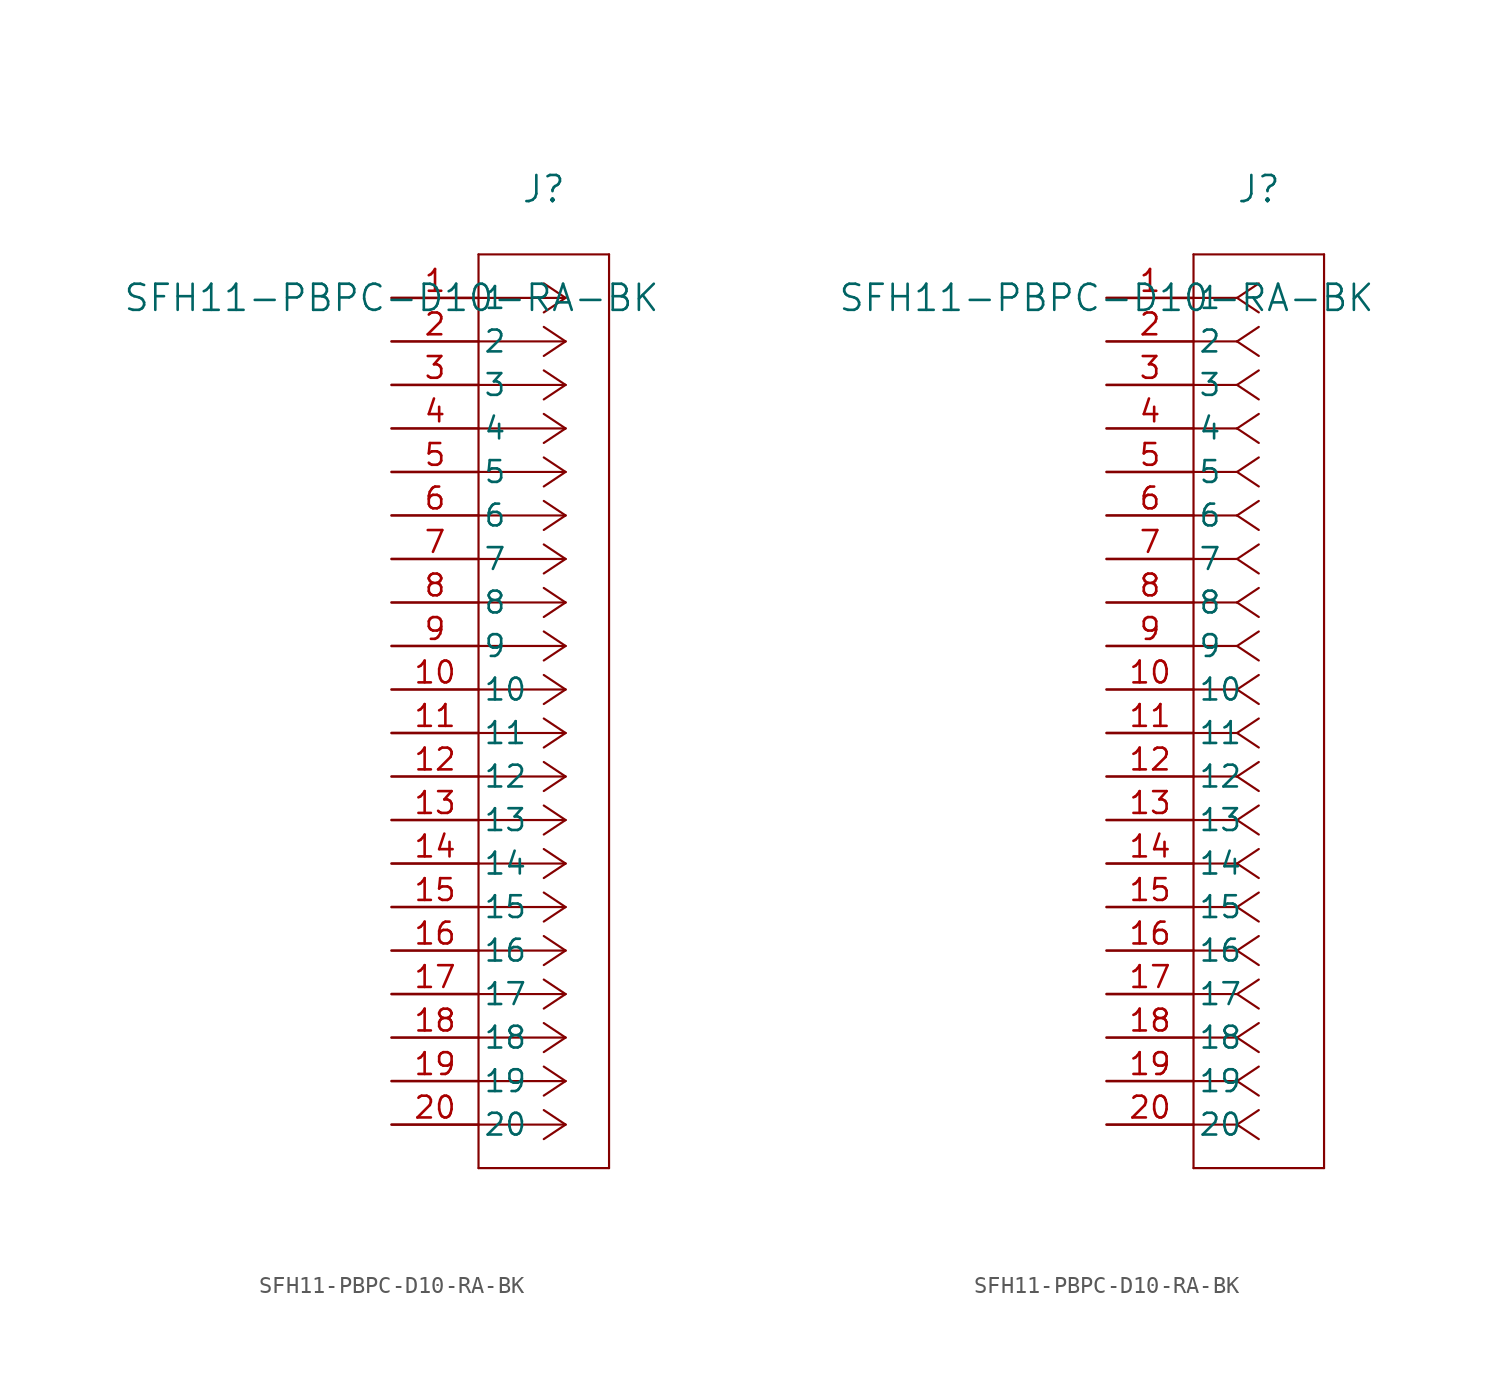
<source format=kicad_sym>
(kicad_symbol_lib
  (version 20211014)
  (generator kicad_symbol_editor)
  (symbol "SFH11-PBPC-D10-RA-BK"
    (pin_names
      (offset 0.254))
    (property "Reference" "J"
      (at 8.89 6.35 0)
      (effects (font (size 1.524 1.524))))
    (property "Value" "SFH11-PBPC-D10-RA-BK"
      (at 0 0 0)
      (effects (font (size 1.524 1.524))))
    (symbol "SFH11-PBPC-D10-RA-BK_1_1"
      (polyline (pts (xy 10.16 0) (xy 5.08 0)) (stroke (width 0.127) (type default) (color 0 0 0 0)) (fill (type none)))
      (polyline (pts (xy 10.16 -2.54) (xy 5.08 -2.54)) (stroke (width 0.127) (type default) (color 0 0 0 0)) (fill (type none)))
      (polyline (pts (xy 10.16 -5.08) (xy 5.08 -5.08)) (stroke (width 0.127) (type default) (color 0 0 0 0)) (fill (type none)))
      (polyline (pts (xy 10.16 -7.62) (xy 5.08 -7.62)) (stroke (width 0.127) (type default) (color 0 0 0 0)) (fill (type none)))
      (polyline (pts (xy 10.16 -10.16) (xy 5.08 -10.16)) (stroke (width 0.127) (type default) (color 0 0 0 0)) (fill (type none)))
      (polyline (pts (xy 10.16 -12.7) (xy 5.08 -12.7)) (stroke (width 0.127) (type default) (color 0 0 0 0)) (fill (type none)))
      (polyline (pts (xy 10.16 -15.24) (xy 5.08 -15.24)) (stroke (width 0.127) (type default) (color 0 0 0 0)) (fill (type none)))
      (polyline (pts (xy 10.16 -17.78) (xy 5.08 -17.78)) (stroke (width 0.127) (type default) (color 0 0 0 0)) (fill (type none)))
      (polyline (pts (xy 10.16 -20.32) (xy 5.08 -20.32)) (stroke (width 0.127) (type default) (color 0 0 0 0)) (fill (type none)))
      (polyline (pts (xy 10.16 -22.86) (xy 5.08 -22.86)) (stroke (width 0.127) (type default) (color 0 0 0 0)) (fill (type none)))
      (polyline (pts (xy 10.16 -25.4) (xy 5.08 -25.4)) (stroke (width 0.127) (type default) (color 0 0 0 0)) (fill (type none)))
      (polyline (pts (xy 10.16 -27.94) (xy 5.08 -27.94)) (stroke (width 0.127) (type default) (color 0 0 0 0)) (fill (type none)))
      (polyline (pts (xy 10.16 -30.48) (xy 5.08 -30.48)) (stroke (width 0.127) (type default) (color 0 0 0 0)) (fill (type none)))
      (polyline (pts (xy 10.16 -33.02) (xy 5.08 -33.02)) (stroke (width 0.127) (type default) (color 0 0 0 0)) (fill (type none)))
      (polyline (pts (xy 10.16 -35.56) (xy 5.08 -35.56)) (stroke (width 0.127) (type default) (color 0 0 0 0)) (fill (type none)))
      (polyline (pts (xy 10.16 -38.1) (xy 5.08 -38.1)) (stroke (width 0.127) (type default) (color 0 0 0 0)) (fill (type none)))
      (polyline (pts (xy 10.16 -40.64) (xy 5.08 -40.64)) (stroke (width 0.127) (type default) (color 0 0 0 0)) (fill (type none)))
      (polyline (pts (xy 10.16 -43.18) (xy 5.08 -43.18)) (stroke (width 0.127) (type default) (color 0 0 0 0)) (fill (type none)))
      (polyline (pts (xy 10.16 -45.72) (xy 5.08 -45.72)) (stroke (width 0.127) (type default) (color 0 0 0 0)) (fill (type none)))
      (polyline (pts (xy 10.16 -48.26) (xy 5.08 -48.26)) (stroke (width 0.127) (type default) (color 0 0 0 0)) (fill (type none)))
      (polyline (pts (xy 10.16 0) (xy 8.89 0.847)) (stroke (width 0.127) (type default) (color 0 0 0 0)) (fill (type none)))
      (polyline (pts (xy 10.16 -2.54) (xy 8.89 -1.693)) (stroke (width 0.127) (type default) (color 0 0 0 0)) (fill (type none)))
      (polyline (pts (xy 10.16 -5.08) (xy 8.89 -4.233)) (stroke (width 0.127) (type default) (color 0 0 0 0)) (fill (type none)))
      (polyline (pts (xy 10.16 -7.62) (xy 8.89 -6.773)) (stroke (width 0.127) (type default) (color 0 0 0 0)) (fill (type none)))
      (polyline (pts (xy 10.16 -10.16) (xy 8.89 -9.313)) (stroke (width 0.127) (type default) (color 0 0 0 0)) (fill (type none)))
      (polyline (pts (xy 10.16 -12.7) (xy 8.89 -11.853)) (stroke (width 0.127) (type default) (color 0 0 0 0)) (fill (type none)))
      (polyline (pts (xy 10.16 -15.24) (xy 8.89 -14.393)) (stroke (width 0.127) (type default) (color 0 0 0 0)) (fill (type none)))
      (polyline (pts (xy 10.16 -17.78) (xy 8.89 -16.933)) (stroke (width 0.127) (type default) (color 0 0 0 0)) (fill (type none)))
      (polyline (pts (xy 10.16 -20.32) (xy 8.89 -19.473)) (stroke (width 0.127) (type default) (color 0 0 0 0)) (fill (type none)))
      (polyline (pts (xy 10.16 -22.86) (xy 8.89 -22.013)) (stroke (width 0.127) (type default) (color 0 0 0 0)) (fill (type none)))
      (polyline (pts (xy 10.16 -25.4) (xy 8.89 -24.553)) (stroke (width 0.127) (type default) (color 0 0 0 0)) (fill (type none)))
      (polyline (pts (xy 10.16 -27.94) (xy 8.89 -27.093)) (stroke (width 0.127) (type default) (color 0 0 0 0)) (fill (type none)))
      (polyline (pts (xy 10.16 -30.48) (xy 8.89 -29.633)) (stroke (width 0.127) (type default) (color 0 0 0 0)) (fill (type none)))
      (polyline (pts (xy 10.16 -33.02) (xy 8.89 -32.173)) (stroke (width 0.127) (type default) (color 0 0 0 0)) (fill (type none)))
      (polyline (pts (xy 10.16 -35.56) (xy 8.89 -34.713)) (stroke (width 0.127) (type default) (color 0 0 0 0)) (fill (type none)))
      (polyline (pts (xy 10.16 -38.1) (xy 8.89 -37.253)) (stroke (width 0.127) (type default) (color 0 0 0 0)) (fill (type none)))
      (polyline (pts (xy 10.16 -40.64) (xy 8.89 -39.793)) (stroke (width 0.127) (type default) (color 0 0 0 0)) (fill (type none)))
      (polyline (pts (xy 10.16 -43.18) (xy 8.89 -42.333)) (stroke (width 0.127) (type default) (color 0 0 0 0)) (fill (type none)))
      (polyline (pts (xy 10.16 -45.72) (xy 8.89 -44.873)) (stroke (width 0.127) (type default) (color 0 0 0 0)) (fill (type none)))
      (polyline (pts (xy 10.16 -48.26) (xy 8.89 -47.413)) (stroke (width 0.127) (type default) (color 0 0 0 0)) (fill (type none)))
      (polyline (pts (xy 10.16 0) (xy 8.89 -0.847)) (stroke (width 0.127) (type default) (color 0 0 0 0)) (fill (type none)))
      (polyline (pts (xy 10.16 -2.54) (xy 8.89 -3.387)) (stroke (width 0.127) (type default) (color 0 0 0 0)) (fill (type none)))
      (polyline (pts (xy 10.16 -5.08) (xy 8.89 -5.927)) (stroke (width 0.127) (type default) (color 0 0 0 0)) (fill (type none)))
      (polyline (pts (xy 10.16 -7.62) (xy 8.89 -8.467)) (stroke (width 0.127) (type default) (color 0 0 0 0)) (fill (type none)))
      (polyline (pts (xy 10.16 -10.16) (xy 8.89 -11.007)) (stroke (width 0.127) (type default) (color 0 0 0 0)) (fill (type none)))
      (polyline (pts (xy 10.16 -12.7) (xy 8.89 -13.547)) (stroke (width 0.127) (type default) (color 0 0 0 0)) (fill (type none)))
      (polyline (pts (xy 10.16 -15.24) (xy 8.89 -16.087)) (stroke (width 0.127) (type default) (color 0 0 0 0)) (fill (type none)))
      (polyline (pts (xy 10.16 -17.78) (xy 8.89 -18.627)) (stroke (width 0.127) (type default) (color 0 0 0 0)) (fill (type none)))
      (polyline (pts (xy 10.16 -20.32) (xy 8.89 -21.167)) (stroke (width 0.127) (type default) (color 0 0 0 0)) (fill (type none)))
      (polyline (pts (xy 10.16 -22.86) (xy 8.89 -23.707)) (stroke (width 0.127) (type default) (color 0 0 0 0)) (fill (type none)))
      (polyline (pts (xy 10.16 -25.4) (xy 8.89 -26.247)) (stroke (width 0.127) (type default) (color 0 0 0 0)) (fill (type none)))
      (polyline (pts (xy 10.16 -27.94) (xy 8.89 -28.787)) (stroke (width 0.127) (type default) (color 0 0 0 0)) (fill (type none)))
      (polyline (pts (xy 10.16 -30.48) (xy 8.89 -31.327)) (stroke (width 0.127) (type default) (color 0 0 0 0)) (fill (type none)))
      (polyline (pts (xy 10.16 -33.02) (xy 8.89 -33.867)) (stroke (width 0.127) (type default) (color 0 0 0 0)) (fill (type none)))
      (polyline (pts (xy 10.16 -35.56) (xy 8.89 -36.407)) (stroke (width 0.127) (type default) (color 0 0 0 0)) (fill (type none)))
      (polyline (pts (xy 10.16 -38.1) (xy 8.89 -38.947)) (stroke (width 0.127) (type default) (color 0 0 0 0)) (fill (type none)))
      (polyline (pts (xy 10.16 -40.64) (xy 8.89 -41.487)) (stroke (width 0.127) (type default) (color 0 0 0 0)) (fill (type none)))
      (polyline (pts (xy 10.16 -43.18) (xy 8.89 -44.027)) (stroke (width 0.127) (type default) (color 0 0 0 0)) (fill (type none)))
      (polyline (pts (xy 10.16 -45.72) (xy 8.89 -46.567)) (stroke (width 0.127) (type default) (color 0 0 0 0)) (fill (type none)))
      (polyline (pts (xy 10.16 -48.26) (xy 8.89 -49.107)) (stroke (width 0.127) (type default) (color 0 0 0 0)) (fill (type none)))
      (polyline (pts (xy 5.08 2.54) (xy 5.08 -50.8)) (stroke (width 0.127) (type default) (color 0 0 0 0)) (fill (type none)))
      (polyline (pts (xy 5.08 -50.8) (xy 12.7 -50.8)) (stroke (width 0.127) (type default) (color 0 0 0 0)) (fill (type none)))
      (polyline (pts (xy 12.7 -50.8) (xy 12.7 2.54)) (stroke (width 0.127) (type default) (color 0 0 0 0)) (fill (type none)))
      (polyline (pts (xy 12.7 2.54) (xy 5.08 2.54)) (stroke (width 0.127) (type default) (color 0 0 0 0)) (fill (type none)))
      (pin unspecified line (at 0 0 0) (length 5.08) (name "1" (effects (font (size 1.27 1.27)))) (number "1" (effects (font (size 1.27 1.27)))))
      (pin unspecified line (at 0 -2.54 0) (length 5.08) (name "2" (effects (font (size 1.27 1.27)))) (number "2" (effects (font (size 1.27 1.27)))))
      (pin unspecified line (at 0 -5.08 0) (length 5.08) (name "3" (effects (font (size 1.27 1.27)))) (number "3" (effects (font (size 1.27 1.27)))))
      (pin unspecified line (at 0 -7.62 0) (length 5.08) (name "4" (effects (font (size 1.27 1.27)))) (number "4" (effects (font (size 1.27 1.27)))))
      (pin unspecified line (at 0 -10.16 0) (length 5.08) (name "5" (effects (font (size 1.27 1.27)))) (number "5" (effects (font (size 1.27 1.27)))))
      (pin unspecified line (at 0 -12.7 0) (length 5.08) (name "6" (effects (font (size 1.27 1.27)))) (number "6" (effects (font (size 1.27 1.27)))))
      (pin unspecified line (at 0 -15.24 0) (length 5.08) (name "7" (effects (font (size 1.27 1.27)))) (number "7" (effects (font (size 1.27 1.27)))))
      (pin unspecified line (at 0 -17.78 0) (length 5.08) (name "8" (effects (font (size 1.27 1.27)))) (number "8" (effects (font (size 1.27 1.27)))))
      (pin unspecified line (at 0 -20.32 0) (length 5.08) (name "9" (effects (font (size 1.27 1.27)))) (number "9" (effects (font (size 1.27 1.27)))))
      (pin unspecified line (at 0 -22.86 0) (length 5.08) (name "10" (effects (font (size 1.27 1.27)))) (number "10" (effects (font (size 1.27 1.27)))))
      (pin unspecified line (at 0 -25.4 0) (length 5.08) (name "11" (effects (font (size 1.27 1.27)))) (number "11" (effects (font (size 1.27 1.27)))))
      (pin unspecified line (at 0 -27.94 0) (length 5.08) (name "12" (effects (font (size 1.27 1.27)))) (number "12" (effects (font (size 1.27 1.27)))))
      (pin unspecified line (at 0 -30.48 0) (length 5.08) (name "13" (effects (font (size 1.27 1.27)))) (number "13" (effects (font (size 1.27 1.27)))))
      (pin unspecified line (at 0 -33.02 0) (length 5.08) (name "14" (effects (font (size 1.27 1.27)))) (number "14" (effects (font (size 1.27 1.27)))))
      (pin unspecified line (at 0 -35.56 0) (length 5.08) (name "15" (effects (font (size 1.27 1.27)))) (number "15" (effects (font (size 1.27 1.27)))))
      (pin unspecified line (at 0 -38.1 0) (length 5.08) (name "16" (effects (font (size 1.27 1.27)))) (number "16" (effects (font (size 1.27 1.27)))))
      (pin unspecified line (at 0 -40.64 0) (length 5.08) (name "17" (effects (font (size 1.27 1.27)))) (number "17" (effects (font (size 1.27 1.27)))))
      (pin unspecified line (at 0 -43.18 0) (length 5.08) (name "18" (effects (font (size 1.27 1.27)))) (number "18" (effects (font (size 1.27 1.27)))))
      (pin unspecified line (at 0 -45.72 0) (length 5.08) (name "19" (effects (font (size 1.27 1.27)))) (number "19" (effects (font (size 1.27 1.27)))))
      (pin unspecified line (at 0 -48.26 0) (length 5.08) (name "20" (effects (font (size 1.27 1.27)))) (number "20" (effects (font (size 1.27 1.27))))))
    (symbol "SFH11-PBPC-D10-RA-BK_1_2"
      (polyline (pts (xy 7.62 0) (xy 5.08 0)) (stroke (width 0.127) (type default) (color 0 0 0 0)) (fill (type none)))
      (polyline (pts (xy 7.62 -2.54) (xy 5.08 -2.54)) (stroke (width 0.127) (type default) (color 0 0 0 0)) (fill (type none)))
      (polyline (pts (xy 7.62 -5.08) (xy 5.08 -5.08)) (stroke (width 0.127) (type default) (color 0 0 0 0)) (fill (type none)))
      (polyline (pts (xy 7.62 -7.62) (xy 5.08 -7.62)) (stroke (width 0.127) (type default) (color 0 0 0 0)) (fill (type none)))
      (polyline (pts (xy 7.62 -10.16) (xy 5.08 -10.16)) (stroke (width 0.127) (type default) (color 0 0 0 0)) (fill (type none)))
      (polyline (pts (xy 7.62 -12.7) (xy 5.08 -12.7)) (stroke (width 0.127) (type default) (color 0 0 0 0)) (fill (type none)))
      (polyline (pts (xy 7.62 -15.24) (xy 5.08 -15.24)) (stroke (width 0.127) (type default) (color 0 0 0 0)) (fill (type none)))
      (polyline (pts (xy 7.62 -17.78) (xy 5.08 -17.78)) (stroke (width 0.127) (type default) (color 0 0 0 0)) (fill (type none)))
      (polyline (pts (xy 7.62 -20.32) (xy 5.08 -20.32)) (stroke (width 0.127) (type default) (color 0 0 0 0)) (fill (type none)))
      (polyline (pts (xy 7.62 -22.86) (xy 5.08 -22.86)) (stroke (width 0.127) (type default) (color 0 0 0 0)) (fill (type none)))
      (polyline (pts (xy 7.62 -25.4) (xy 5.08 -25.4)) (stroke (width 0.127) (type default) (color 0 0 0 0)) (fill (type none)))
      (polyline (pts (xy 7.62 -27.94) (xy 5.08 -27.94)) (stroke (width 0.127) (type default) (color 0 0 0 0)) (fill (type none)))
      (polyline (pts (xy 7.62 -30.48) (xy 5.08 -30.48)) (stroke (width 0.127) (type default) (color 0 0 0 0)) (fill (type none)))
      (polyline (pts (xy 7.62 -33.02) (xy 5.08 -33.02)) (stroke (width 0.127) (type default) (color 0 0 0 0)) (fill (type none)))
      (polyline (pts (xy 7.62 -35.56) (xy 5.08 -35.56)) (stroke (width 0.127) (type default) (color 0 0 0 0)) (fill (type none)))
      (polyline (pts (xy 7.62 -38.1) (xy 5.08 -38.1)) (stroke (width 0.127) (type default) (color 0 0 0 0)) (fill (type none)))
      (polyline (pts (xy 7.62 -40.64) (xy 5.08 -40.64)) (stroke (width 0.127) (type default) (color 0 0 0 0)) (fill (type none)))
      (polyline (pts (xy 7.62 -43.18) (xy 5.08 -43.18)) (stroke (width 0.127) (type default) (color 0 0 0 0)) (fill (type none)))
      (polyline (pts (xy 7.62 -45.72) (xy 5.08 -45.72)) (stroke (width 0.127) (type default) (color 0 0 0 0)) (fill (type none)))
      (polyline (pts (xy 7.62 -48.26) (xy 5.08 -48.26)) (stroke (width 0.127) (type default) (color 0 0 0 0)) (fill (type none)))
      (polyline (pts (xy 7.62 0) (xy 8.89 0.847)) (stroke (width 0.127) (type default) (color 0 0 0 0)) (fill (type none)))
      (polyline (pts (xy 7.62 -2.54) (xy 8.89 -1.693)) (stroke (width 0.127) (type default) (color 0 0 0 0)) (fill (type none)))
      (polyline (pts (xy 7.62 -5.08) (xy 8.89 -4.233)) (stroke (width 0.127) (type default) (color 0 0 0 0)) (fill (type none)))
      (polyline (pts (xy 7.62 -7.62) (xy 8.89 -6.773)) (stroke (width 0.127) (type default) (color 0 0 0 0)) (fill (type none)))
      (polyline (pts (xy 7.62 -10.16) (xy 8.89 -9.313)) (stroke (width 0.127) (type default) (color 0 0 0 0)) (fill (type none)))
      (polyline (pts (xy 7.62 -12.7) (xy 8.89 -11.853)) (stroke (width 0.127) (type default) (color 0 0 0 0)) (fill (type none)))
      (polyline (pts (xy 7.62 -15.24) (xy 8.89 -14.393)) (stroke (width 0.127) (type default) (color 0 0 0 0)) (fill (type none)))
      (polyline (pts (xy 7.62 -17.78) (xy 8.89 -16.933)) (stroke (width 0.127) (type default) (color 0 0 0 0)) (fill (type none)))
      (polyline (pts (xy 7.62 -20.32) (xy 8.89 -19.473)) (stroke (width 0.127) (type default) (color 0 0 0 0)) (fill (type none)))
      (polyline (pts (xy 7.62 -22.86) (xy 8.89 -22.013)) (stroke (width 0.127) (type default) (color 0 0 0 0)) (fill (type none)))
      (polyline (pts (xy 7.62 -25.4) (xy 8.89 -24.553)) (stroke (width 0.127) (type default) (color 0 0 0 0)) (fill (type none)))
      (polyline (pts (xy 7.62 -27.94) (xy 8.89 -27.093)) (stroke (width 0.127) (type default) (color 0 0 0 0)) (fill (type none)))
      (polyline (pts (xy 7.62 -30.48) (xy 8.89 -29.633)) (stroke (width 0.127) (type default) (color 0 0 0 0)) (fill (type none)))
      (polyline (pts (xy 7.62 -33.02) (xy 8.89 -32.173)) (stroke (width 0.127) (type default) (color 0 0 0 0)) (fill (type none)))
      (polyline (pts (xy 7.62 -35.56) (xy 8.89 -34.713)) (stroke (width 0.127) (type default) (color 0 0 0 0)) (fill (type none)))
      (polyline (pts (xy 7.62 -38.1) (xy 8.89 -37.253)) (stroke (width 0.127) (type default) (color 0 0 0 0)) (fill (type none)))
      (polyline (pts (xy 7.62 -40.64) (xy 8.89 -39.793)) (stroke (width 0.127) (type default) (color 0 0 0 0)) (fill (type none)))
      (polyline (pts (xy 7.62 -43.18) (xy 8.89 -42.333)) (stroke (width 0.127) (type default) (color 0 0 0 0)) (fill (type none)))
      (polyline (pts (xy 7.62 -45.72) (xy 8.89 -44.873)) (stroke (width 0.127) (type default) (color 0 0 0 0)) (fill (type none)))
      (polyline (pts (xy 7.62 -48.26) (xy 8.89 -47.413)) (stroke (width 0.127) (type default) (color 0 0 0 0)) (fill (type none)))
      (polyline (pts (xy 7.62 0) (xy 8.89 -0.847)) (stroke (width 0.127) (type default) (color 0 0 0 0)) (fill (type none)))
      (polyline (pts (xy 7.62 -2.54) (xy 8.89 -3.387)) (stroke (width 0.127) (type default) (color 0 0 0 0)) (fill (type none)))
      (polyline (pts (xy 7.62 -5.08) (xy 8.89 -5.927)) (stroke (width 0.127) (type default) (color 0 0 0 0)) (fill (type none)))
      (polyline (pts (xy 7.62 -7.62) (xy 8.89 -8.467)) (stroke (width 0.127) (type default) (color 0 0 0 0)) (fill (type none)))
      (polyline (pts (xy 7.62 -10.16) (xy 8.89 -11.007)) (stroke (width 0.127) (type default) (color 0 0 0 0)) (fill (type none)))
      (polyline (pts (xy 7.62 -12.7) (xy 8.89 -13.547)) (stroke (width 0.127) (type default) (color 0 0 0 0)) (fill (type none)))
      (polyline (pts (xy 7.62 -15.24) (xy 8.89 -16.087)) (stroke (width 0.127) (type default) (color 0 0 0 0)) (fill (type none)))
      (polyline (pts (xy 7.62 -17.78) (xy 8.89 -18.627)) (stroke (width 0.127) (type default) (color 0 0 0 0)) (fill (type none)))
      (polyline (pts (xy 7.62 -20.32) (xy 8.89 -21.167)) (stroke (width 0.127) (type default) (color 0 0 0 0)) (fill (type none)))
      (polyline (pts (xy 7.62 -22.86) (xy 8.89 -23.707)) (stroke (width 0.127) (type default) (color 0 0 0 0)) (fill (type none)))
      (polyline (pts (xy 7.62 -25.4) (xy 8.89 -26.247)) (stroke (width 0.127) (type default) (color 0 0 0 0)) (fill (type none)))
      (polyline (pts (xy 7.62 -27.94) (xy 8.89 -28.787)) (stroke (width 0.127) (type default) (color 0 0 0 0)) (fill (type none)))
      (polyline (pts (xy 7.62 -30.48) (xy 8.89 -31.327)) (stroke (width 0.127) (type default) (color 0 0 0 0)) (fill (type none)))
      (polyline (pts (xy 7.62 -33.02) (xy 8.89 -33.867)) (stroke (width 0.127) (type default) (color 0 0 0 0)) (fill (type none)))
      (polyline (pts (xy 7.62 -35.56) (xy 8.89 -36.407)) (stroke (width 0.127) (type default) (color 0 0 0 0)) (fill (type none)))
      (polyline (pts (xy 7.62 -38.1) (xy 8.89 -38.947)) (stroke (width 0.127) (type default) (color 0 0 0 0)) (fill (type none)))
      (polyline (pts (xy 7.62 -40.64) (xy 8.89 -41.487)) (stroke (width 0.127) (type default) (color 0 0 0 0)) (fill (type none)))
      (polyline (pts (xy 7.62 -43.18) (xy 8.89 -44.027)) (stroke (width 0.127) (type default) (color 0 0 0 0)) (fill (type none)))
      (polyline (pts (xy 7.62 -45.72) (xy 8.89 -46.567)) (stroke (width 0.127) (type default) (color 0 0 0 0)) (fill (type none)))
      (polyline (pts (xy 7.62 -48.26) (xy 8.89 -49.107)) (stroke (width 0.127) (type default) (color 0 0 0 0)) (fill (type none)))
      (polyline (pts (xy 5.08 2.54) (xy 5.08 -50.8)) (stroke (width 0.127) (type default) (color 0 0 0 0)) (fill (type none)))
      (polyline (pts (xy 5.08 -50.8) (xy 12.7 -50.8)) (stroke (width 0.127) (type default) (color 0 0 0 0)) (fill (type none)))
      (polyline (pts (xy 12.7 -50.8) (xy 12.7 2.54)) (stroke (width 0.127) (type default) (color 0 0 0 0)) (fill (type none)))
      (polyline (pts (xy 12.7 2.54) (xy 5.08 2.54)) (stroke (width 0.127) (type default) (color 0 0 0 0)) (fill (type none)))
      (pin unspecified line (at 0 0 0) (length 5.08) (name "1" (effects (font (size 1.27 1.27)))) (number "1" (effects (font (size 1.27 1.27)))))
      (pin unspecified line (at 0 -2.54 0) (length 5.08) (name "2" (effects (font (size 1.27 1.27)))) (number "2" (effects (font (size 1.27 1.27)))))
      (pin unspecified line (at 0 -5.08 0) (length 5.08) (name "3" (effects (font (size 1.27 1.27)))) (number "3" (effects (font (size 1.27 1.27)))))
      (pin unspecified line (at 0 -7.62 0) (length 5.08) (name "4" (effects (font (size 1.27 1.27)))) (number "4" (effects (font (size 1.27 1.27)))))
      (pin unspecified line (at 0 -10.16 0) (length 5.08) (name "5" (effects (font (size 1.27 1.27)))) (number "5" (effects (font (size 1.27 1.27)))))
      (pin unspecified line (at 0 -12.7 0) (length 5.08) (name "6" (effects (font (size 1.27 1.27)))) (number "6" (effects (font (size 1.27 1.27)))))
      (pin unspecified line (at 0 -15.24 0) (length 5.08) (name "7" (effects (font (size 1.27 1.27)))) (number "7" (effects (font (size 1.27 1.27)))))
      (pin unspecified line (at 0 -17.78 0) (length 5.08) (name "8" (effects (font (size 1.27 1.27)))) (number "8" (effects (font (size 1.27 1.27)))))
      (pin unspecified line (at 0 -20.32 0) (length 5.08) (name "9" (effects (font (size 1.27 1.27)))) (number "9" (effects (font (size 1.27 1.27)))))
      (pin unspecified line (at 0 -22.86 0) (length 5.08) (name "10" (effects (font (size 1.27 1.27)))) (number "10" (effects (font (size 1.27 1.27)))))
      (pin unspecified line (at 0 -25.4 0) (length 5.08) (name "11" (effects (font (size 1.27 1.27)))) (number "11" (effects (font (size 1.27 1.27)))))
      (pin unspecified line (at 0 -27.94 0) (length 5.08) (name "12" (effects (font (size 1.27 1.27)))) (number "12" (effects (font (size 1.27 1.27)))))
      (pin unspecified line (at 0 -30.48 0) (length 5.08) (name "13" (effects (font (size 1.27 1.27)))) (number "13" (effects (font (size 1.27 1.27)))))
      (pin unspecified line (at 0 -33.02 0) (length 5.08) (name "14" (effects (font (size 1.27 1.27)))) (number "14" (effects (font (size 1.27 1.27)))))
      (pin unspecified line (at 0 -35.56 0) (length 5.08) (name "15" (effects (font (size 1.27 1.27)))) (number "15" (effects (font (size 1.27 1.27)))))
      (pin unspecified line (at 0 -38.1 0) (length 5.08) (name "16" (effects (font (size 1.27 1.27)))) (number "16" (effects (font (size 1.27 1.27)))))
      (pin unspecified line (at 0 -40.64 0) (length 5.08) (name "17" (effects (font (size 1.27 1.27)))) (number "17" (effects (font (size 1.27 1.27)))))
      (pin unspecified line (at 0 -43.18 0) (length 5.08) (name "18" (effects (font (size 1.27 1.27)))) (number "18" (effects (font (size 1.27 1.27)))))
      (pin unspecified line (at 0 -45.72 0) (length 5.08) (name "19" (effects (font (size 1.27 1.27)))) (number "19" (effects (font (size 1.27 1.27)))))
      (pin unspecified line (at 0 -48.26 0) (length 5.08) (name "20" (effects (font (size 1.27 1.27)))) (number "20" (effects (font (size 1.27 1.27))))))))
</source>
